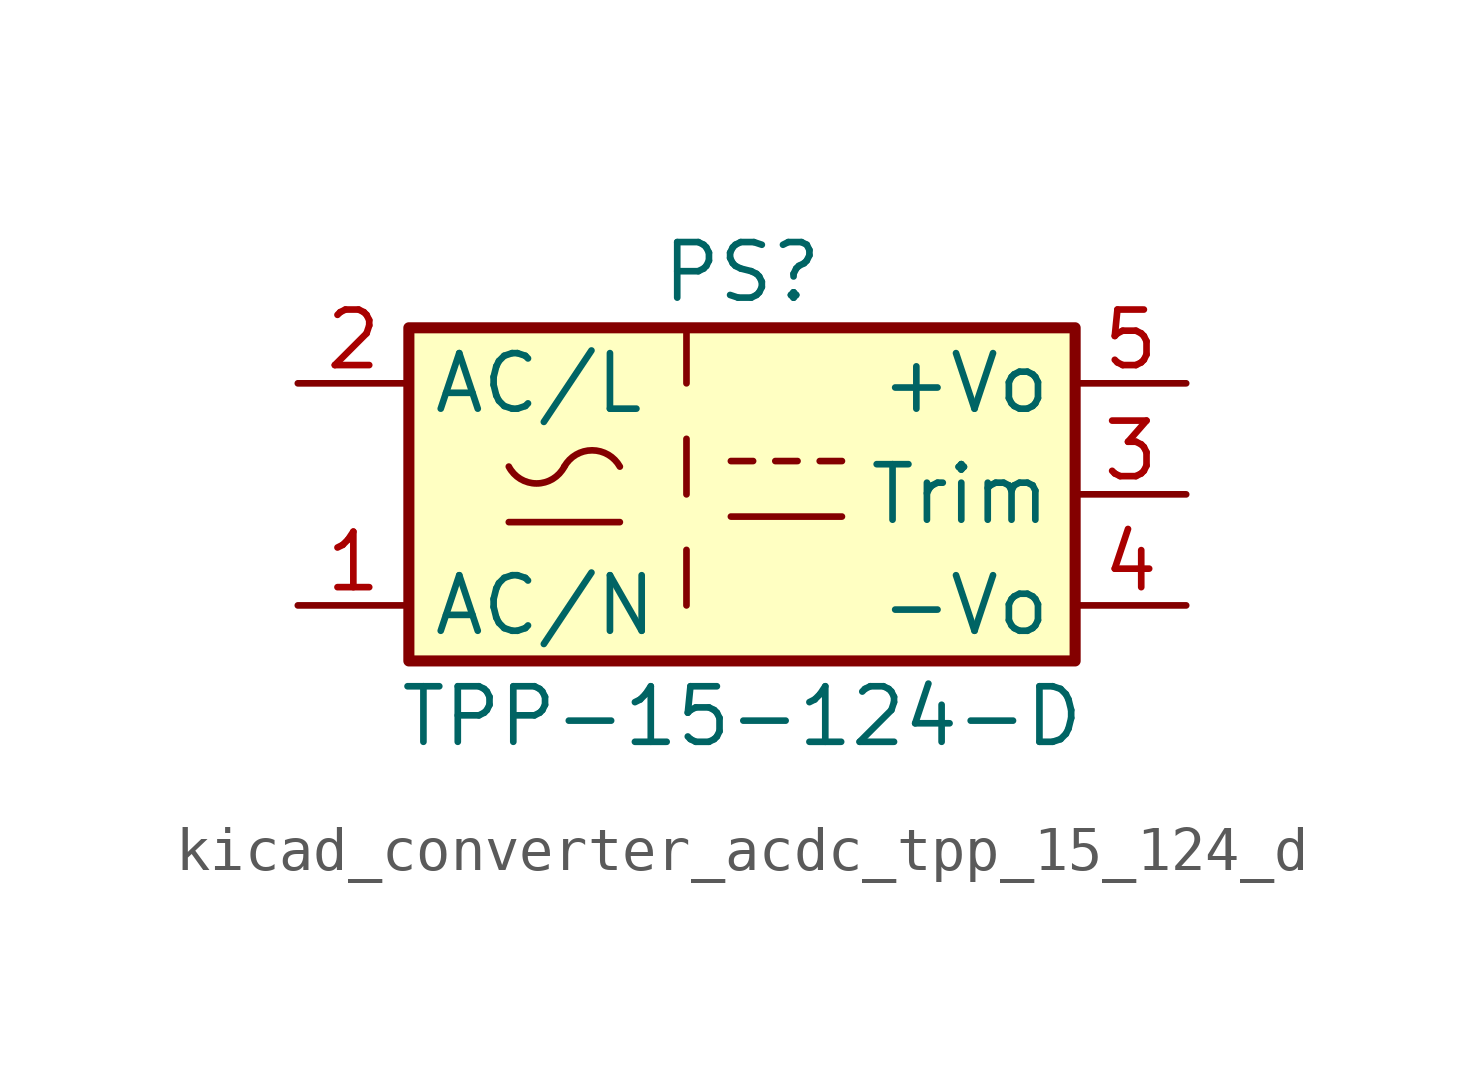
<source format=kicad_sym>
(kicad_symbol_lib
  (version 20220914)
  (generator kicad_symbol_editor)
  (symbol "kicad_converter_acdc_tpp_15_124_d"
    (property "Reference" "PS"
      (at 0 5.08 0)
      (effects (font (size 1.27 1.27))))
    (property "Value" "TPP-15-124-D"
      (at 0 -5.08 0)
      (effects (font (size 1.27 1.27))))
    (symbol "kicad_converter_acdc_tpp_15_124_d_0_1"
      (rectangle (start -7.62 3.81) (end 7.62 -3.81) (stroke (width 0.254) (type default)) (fill (type background)))
      (arc (start -5.334 0.635) (mid -4.699 0.2495) (end -4.064 0.635) (stroke (width 0) (type default)) (fill (type none)))
      (arc (start -2.794 0.635) (mid -3.429 1.0072) (end -4.064 0.635) (stroke (width 0) (type default)) (fill (type none)))
      (polyline (pts (xy -5.334 -0.635) (xy -2.794 -0.635)) (stroke (width 0) (type default)) (fill (type none)))
      (polyline (pts (xy -0.254 -0.508) (xy 2.286 -0.508)) (stroke (width 0) (type default)) (fill (type none)))
      (polyline (pts (xy -0.254 0.762) (xy 0.254 0.762)) (stroke (width 0) (type default)) (fill (type none)))
      (polyline (pts (xy 0.762 0.762) (xy 1.27 0.762)) (stroke (width 0) (type default)) (fill (type none)))
      (polyline (pts (xy 1.778 0.762) (xy 2.286 0.762)) (stroke (width 0) (type default)) (fill (type none))))
    (symbol "kicad_converter_acdc_tpp_15_124_d_1_1"
      (polyline (pts (xy -1.27 -1.27) (xy -1.27 -2.54)) (stroke (width 0) (type default)) (fill (type none)))
      (polyline (pts (xy -1.27 1.27) (xy -1.27 0)) (stroke (width 0) (type default)) (fill (type none)))
      (polyline (pts (xy -1.27 3.81) (xy -1.27 2.54)) (stroke (width 0) (type default)) (fill (type none)))
      (pin power_in line (at -10.16 -2.54 0) (length 2.54) (name "AC/N" (effects (font (size 1.27 1.27)))) (number "1" (effects (font (size 1.27 1.27)))))
      (pin power_in line (at -10.16 2.54 0) (length 2.54) (name "AC/L" (effects (font (size 1.27 1.27)))) (number "2" (effects (font (size 1.27 1.27)))))
      (pin passive line (at 10.16 0 180) (length 2.54) (name "Trim" (effects (font (size 1.27 1.27)))) (number "3" (effects (font (size 1.27 1.27)))))
      (pin power_out line (at 10.16 -2.54 180) (length 2.54) (name "-Vo" (effects (font (size 1.27 1.27)))) (number "4" (effects (font (size 1.27 1.27)))))
      (pin power_out line (at 10.16 2.54 180) (length 2.54) (name "+Vo" (effects (font (size 1.27 1.27)))) (number "5" (effects (font (size 1.27 1.27))))))))
</source>
